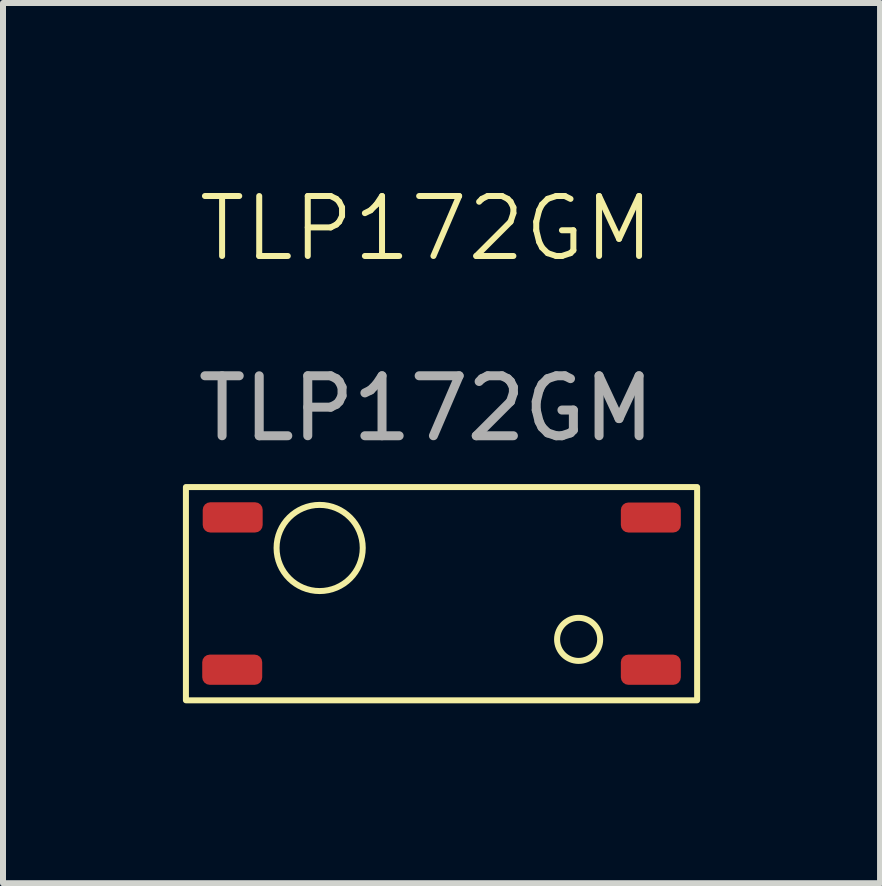
<source format=kicad_pcb>
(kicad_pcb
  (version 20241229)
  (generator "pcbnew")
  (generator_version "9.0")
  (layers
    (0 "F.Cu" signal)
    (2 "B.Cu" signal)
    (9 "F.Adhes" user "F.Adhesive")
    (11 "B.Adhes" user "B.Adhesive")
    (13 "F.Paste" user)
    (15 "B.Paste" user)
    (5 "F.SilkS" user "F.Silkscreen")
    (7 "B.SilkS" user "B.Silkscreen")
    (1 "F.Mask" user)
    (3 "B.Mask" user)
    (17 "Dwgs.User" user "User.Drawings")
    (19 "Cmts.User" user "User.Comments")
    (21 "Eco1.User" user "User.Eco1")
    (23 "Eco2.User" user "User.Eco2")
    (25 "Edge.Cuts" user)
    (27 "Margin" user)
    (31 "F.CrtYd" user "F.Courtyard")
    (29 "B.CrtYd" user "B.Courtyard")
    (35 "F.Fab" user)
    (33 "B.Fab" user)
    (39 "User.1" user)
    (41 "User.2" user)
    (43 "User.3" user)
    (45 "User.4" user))
  (footprint "TLP172GM"
    (layer "F.Cu")
    (at 4.058 6.809)
    (property "Reference" "TLP172GM" (at 0 -6.048 0) (unlocked yes) (layer "F.SilkS") (effects (font (size 1 1) (thickness 0.1))))
    (attr smd)
    (fp_rect (start -4.008 -1.738) (end 4.516 1.818) (stroke (width 0.1) (type default)) (fill no) (layer "F.SilkS"))
    (fp_circle (center -1.778 -0.722) (end -1.27 -0.214) (stroke (width 0.1) (type default)) (fill no) (layer "F.SilkS"))
    (fp_circle (center 2.54 0.802) (end 2.794 1.056) (stroke (width 0.1) (type default)) (fill no) (layer "F.SilkS"))
    (fp_text user "${REFERENCE}" (at 0 -3.048 0) (unlocked yes) (layer "F.Fab") (effects (font (size 1 1) (thickness 0.15))))
    (pad "1" smd roundrect (at -3.228 -1.232) (size 1 0.504) (layers "F.Cu" "F.Mask" "F.Paste") (roundrect_rratio 0.25))
    (pad "3" smd roundrect (at -3.236 1.308) (size 1 0.504) (layers "F.Cu" "F.Mask" "F.Paste") (roundrect_rratio 0.25))
    (pad "4" smd roundrect (at 3.744 1.308) (size 1 0.504) (layers "F.Cu" "F.Mask" "F.Paste") (roundrect_rratio 0.25))
    (pad "6" smd roundrect (at 3.744 -1.23) (size 1 0.5) (layers "F.Cu" "F.Mask" "F.Paste") (roundrect_rratio 0.25)))
  (gr_rect
    (start -3 -3)
    (end 11.624 11.677)
    (stroke (width 0.1) (type default))
    (fill no)
    (layer "Edge.Cuts")))
</source>
